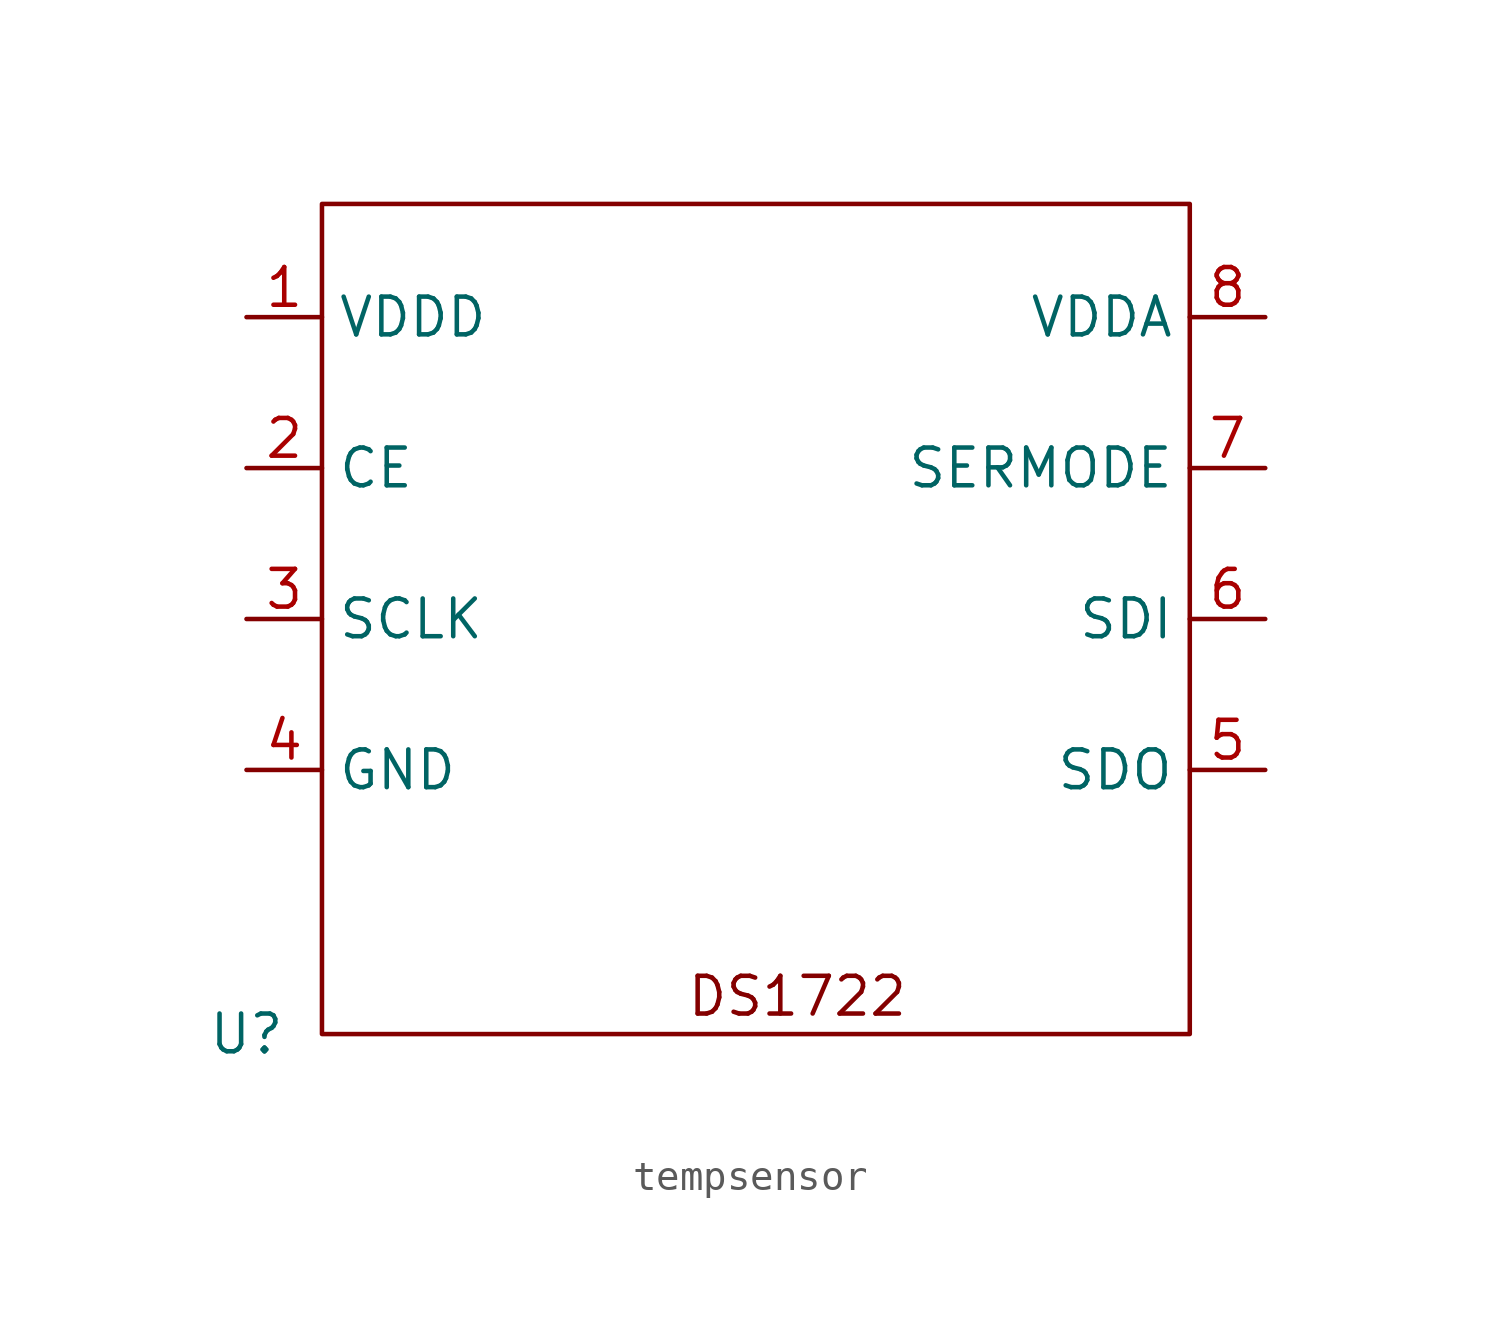
<source format=kicad_sym>
(kicad_symbol_lib
  (version 20231120)
  (generator "kicad_symbol_editor")
  (generator_version "8.0")
  (symbol "tempsensor"
    (property "Reference" "U"
      (at 0 0 0)
      (effects (font (size 1.27 1.27))))
    (property "Value" ""
      (at 0 0 0)
      (effects (font (size 1.27 1.27))))
    (symbol "tempsensor_0_1"
      (rectangle (start 2.54 27.94) (end 31.75 0) (stroke (width 0) (type default)) (fill (type none))))
    (symbol "tempsensor_1_1"
      (text "DS1722\n" (at 18.542 1.27 0) (effects (font (size 1.27 1.27))))
      (pin input line (at 0 24.13 0) (length 2.54) (name "VDDD" (effects (font (size 1.27 1.27)))) (number "1" (effects (font (size 1.27 1.27)))))
      (pin input line (at 0 19.05 0) (length 2.54) (name "CE" (effects (font (size 1.27 1.27)))) (number "2" (effects (font (size 1.27 1.27)))))
      (pin input line (at 0 13.97 0) (length 2.54) (name "SCLK" (effects (font (size 1.27 1.27)))) (number "3" (effects (font (size 1.27 1.27)))))
      (pin input line (at 0 8.89 0) (length 2.54) (name "GND" (effects (font (size 1.27 1.27)))) (number "4" (effects (font (size 1.27 1.27)))))
      (pin output line (at 34.29 8.89 180) (length 2.54) (name "SDO" (effects (font (size 1.27 1.27)))) (number "5" (effects (font (size 1.27 1.27)))))
      (pin input line (at 34.29 13.97 180) (length 2.54) (name "SDI" (effects (font (size 1.27 1.27)))) (number "6" (effects (font (size 1.27 1.27)))))
      (pin input line (at 34.29 19.05 180) (length 2.54) (name "SERMODE" (effects (font (size 1.27 1.27)))) (number "7" (effects (font (size 1.27 1.27)))))
      (pin input line (at 34.29 24.13 180) (length 2.54) (name "VDDA" (effects (font (size 1.27 1.27)))) (number "8" (effects (font (size 1.27 1.27))))))))
</source>
